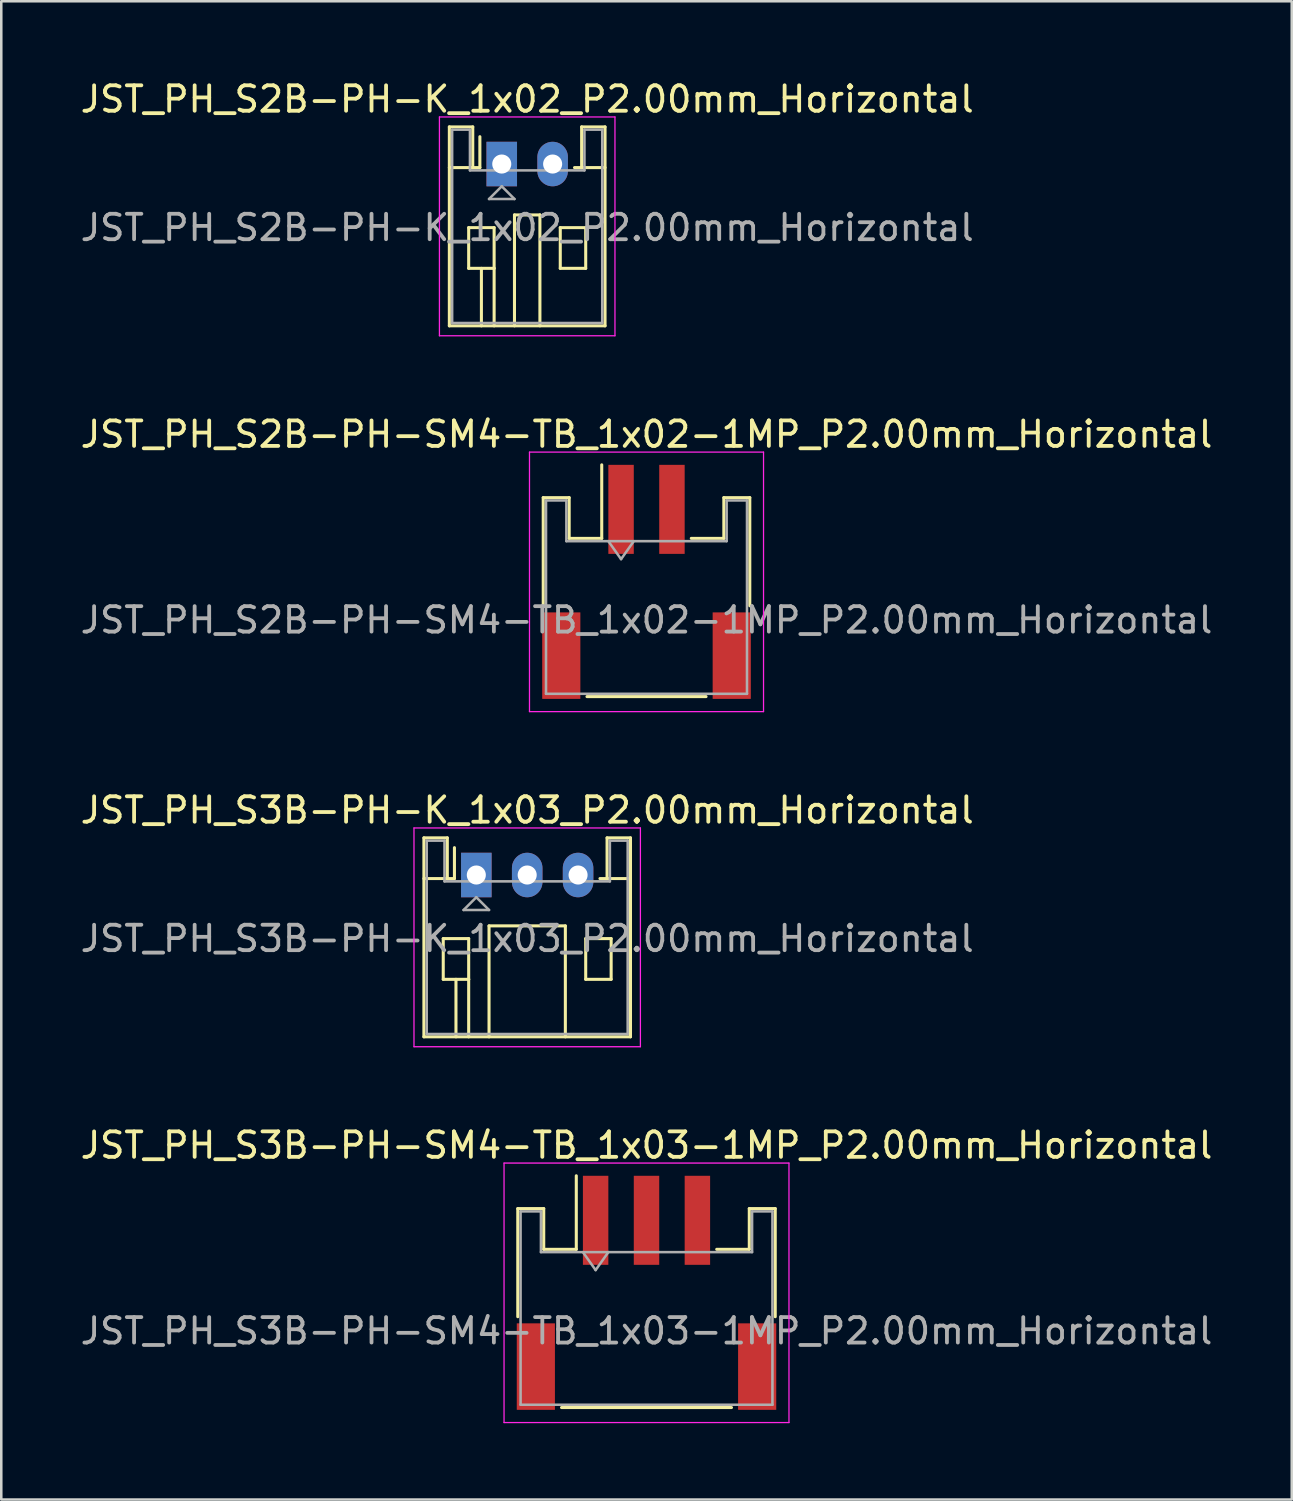
<source format=kicad_pcb>
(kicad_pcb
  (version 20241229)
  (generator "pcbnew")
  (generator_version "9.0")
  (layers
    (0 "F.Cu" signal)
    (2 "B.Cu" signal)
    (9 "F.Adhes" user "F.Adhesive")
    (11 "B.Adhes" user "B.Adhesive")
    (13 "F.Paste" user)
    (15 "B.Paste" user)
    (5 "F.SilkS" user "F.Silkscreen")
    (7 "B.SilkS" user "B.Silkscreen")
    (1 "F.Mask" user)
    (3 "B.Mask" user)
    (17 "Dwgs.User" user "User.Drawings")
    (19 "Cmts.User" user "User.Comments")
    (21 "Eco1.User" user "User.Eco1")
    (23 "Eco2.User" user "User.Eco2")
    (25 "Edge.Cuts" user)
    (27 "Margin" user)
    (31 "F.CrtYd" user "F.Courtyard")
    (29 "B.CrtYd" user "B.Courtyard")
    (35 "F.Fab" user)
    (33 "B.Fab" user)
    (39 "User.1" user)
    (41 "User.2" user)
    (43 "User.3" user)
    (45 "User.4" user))
  (footprint "JST_PH_S2B-PH-SM4-TB_1x02-1MP_P2.00mm_Horizontal"
    (layer "F.Cu")
    (at 22.363 19.822)
    (property "Reference" "JST_PH_S2B-PH-SM4-TB_1x02-1MP_P2.00mm_Horizontal" (at 0 -5.8 0) (layer "F.SilkS") (effects (font (size 1 1) (thickness 0.15))))
    (attr smd)
    (fp_line (start -4.06 -3.31) (end -3.04 -3.31) (stroke (width 0.12) (type solid)) (layer "F.SilkS"))
    (fp_line (start -4.06 0.94) (end -4.06 -3.31) (stroke (width 0.12) (type solid)) (layer "F.SilkS"))
    (fp_line (start -3.04 -3.31) (end -3.04 -1.71) (stroke (width 0.12) (type solid)) (layer "F.SilkS"))
    (fp_line (start -3.04 -1.71) (end -1.76 -1.71) (stroke (width 0.12) (type solid)) (layer "F.SilkS"))
    (fp_line (start -2.34 4.51) (end 2.34 4.51) (stroke (width 0.12) (type solid)) (layer "F.SilkS"))
    (fp_line (start -1.76 -1.71) (end -1.76 -4.6) (stroke (width 0.12) (type solid)) (layer "F.SilkS"))
    (fp_line (start 3.04 -3.31) (end 3.04 -1.71) (stroke (width 0.12) (type solid)) (layer "F.SilkS"))
    (fp_line (start 3.04 -1.71) (end 1.76 -1.71) (stroke (width 0.12) (type solid)) (layer "F.SilkS"))
    (fp_line (start 4.06 -3.31) (end 3.04 -3.31) (stroke (width 0.12) (type solid)) (layer "F.SilkS"))
    (fp_line (start 4.06 0.94) (end 4.06 -3.31) (stroke (width 0.12) (type solid)) (layer "F.SilkS"))
    (fp_line (start -4.6 -5.1) (end -4.6 5.1) (stroke (width 0.05) (type solid)) (layer "F.CrtYd"))
    (fp_line (start -4.6 5.1) (end 4.6 5.1) (stroke (width 0.05) (type solid)) (layer "F.CrtYd"))
    (fp_line (start 4.6 -5.1) (end -4.6 -5.1) (stroke (width 0.05) (type solid)) (layer "F.CrtYd"))
    (fp_line (start 4.6 5.1) (end 4.6 -5.1) (stroke (width 0.05) (type solid)) (layer "F.CrtYd"))
    (fp_line (start -3.95 -3.2) (end -3.95 4.4) (stroke (width 0.1) (type solid)) (layer "F.Fab"))
    (fp_line (start -3.95 -3.2) (end -3.15 -3.2) (stroke (width 0.1) (type solid)) (layer "F.Fab"))
    (fp_line (start -3.95 4.4) (end 3.95 4.4) (stroke (width 0.1) (type solid)) (layer "F.Fab"))
    (fp_line (start -3.15 -3.2) (end -3.15 -1.6) (stroke (width 0.1) (type solid)) (layer "F.Fab"))
    (fp_line (start -3.15 -1.6) (end 3.15 -1.6) (stroke (width 0.1) (type solid)) (layer "F.Fab"))
    (fp_line (start -1.5 -1.6) (end -1 -0.893) (stroke (width 0.1) (type solid)) (layer "F.Fab"))
    (fp_line (start -1 -0.893) (end -0.5 -1.6) (stroke (width 0.1) (type solid)) (layer "F.Fab"))
    (fp_line (start 3.15 -3.2) (end 3.95 -3.2) (stroke (width 0.1) (type solid)) (layer "F.Fab"))
    (fp_line (start 3.15 -1.6) (end 3.15 -3.2) (stroke (width 0.1) (type solid)) (layer "F.Fab"))
    (fp_line (start 3.95 -3.2) (end 3.95 4.4) (stroke (width 0.1) (type solid)) (layer "F.Fab"))
    (fp_text user "${REFERENCE}" (at 0 1.5 0) (layer "F.Fab") (effects (font (size 1 1) (thickness 0.15))))
    (pad "1" smd rect (at -1 -2.85) (size 1 3.5) (layers "F.Cu" "F.Mask" "F.Paste"))
    (pad "2" smd rect (at 1 -2.85) (size 1 3.5) (layers "F.Cu" "F.Mask" "F.Paste"))
    (pad "MP" smd rect (at -3.35 2.9) (size 1.5 3.4) (layers "F.Cu" "F.Mask" "F.Paste"))
    (pad "MP" smd rect (at 3.35 2.9) (size 1.5 3.4) (layers "F.Cu" "F.Mask" "F.Paste")))
  (footprint "JST_PH_S3B-PH-K_1x03_P2.00mm_Horizontal"
    (layer "F.Cu")
    (at 15.673 31.345)
    (property "Reference" "JST_PH_S3B-PH-K_1x03_P2.00mm_Horizontal" (at 2 -2.55 0) (layer "F.SilkS") (effects (font (size 1 1) (thickness 0.15))))
    (attr through_hole)
    (fp_line (start -2.06 -1.46) (end -2.06 6.36) (stroke (width 0.12) (type solid)) (layer "F.SilkS"))
    (fp_line (start -2.06 0.14) (end -1.14 0.14) (stroke (width 0.12) (type solid)) (layer "F.SilkS"))
    (fp_line (start -2.06 6.36) (end 6.06 6.36) (stroke (width 0.12) (type solid)) (layer "F.SilkS"))
    (fp_line (start -1.3 2.5) (end -1.3 4.1) (stroke (width 0.12) (type solid)) (layer "F.SilkS"))
    (fp_line (start -1.3 4.1) (end -0.3 4.1) (stroke (width 0.12) (type solid)) (layer "F.SilkS"))
    (fp_line (start -1.14 -1.46) (end -2.06 -1.46) (stroke (width 0.12) (type solid)) (layer "F.SilkS"))
    (fp_line (start -1.14 0.14) (end -1.14 -1.46) (stroke (width 0.12) (type solid)) (layer "F.SilkS"))
    (fp_line (start -0.86 0.14) (end -1.14 0.14) (stroke (width 0.12) (type solid)) (layer "F.SilkS"))
    (fp_line (start -0.86 0.14) (end -0.86 -1.075) (stroke (width 0.12) (type solid)) (layer "F.SilkS"))
    (fp_line (start -0.8 4.1) (end -0.8 6.36) (stroke (width 0.12) (type solid)) (layer "F.SilkS"))
    (fp_line (start -0.3 2.5) (end -1.3 2.5) (stroke (width 0.12) (type solid)) (layer "F.SilkS"))
    (fp_line (start -0.3 4.1) (end -0.3 2.5) (stroke (width 0.12) (type solid)) (layer "F.SilkS"))
    (fp_line (start -0.3 4.1) (end -0.3 6.36) (stroke (width 0.12) (type solid)) (layer "F.SilkS"))
    (fp_line (start 0.5 2) (end 3.5 2) (stroke (width 0.12) (type solid)) (layer "F.SilkS"))
    (fp_line (start 0.5 6.36) (end 0.5 2) (stroke (width 0.12) (type solid)) (layer "F.SilkS"))
    (fp_line (start 3.5 2) (end 3.5 6.36) (stroke (width 0.12) (type solid)) (layer "F.SilkS"))
    (fp_line (start 4.3 2.5) (end 5.3 2.5) (stroke (width 0.12) (type solid)) (layer "F.SilkS"))
    (fp_line (start 4.3 4.1) (end 4.3 2.5) (stroke (width 0.12) (type solid)) (layer "F.SilkS"))
    (fp_line (start 5.14 -1.46) (end 5.14 0.14) (stroke (width 0.12) (type solid)) (layer "F.SilkS"))
    (fp_line (start 5.14 0.14) (end 4.86 0.14) (stroke (width 0.12) (type solid)) (layer "F.SilkS"))
    (fp_line (start 5.3 2.5) (end 5.3 4.1) (stroke (width 0.12) (type solid)) (layer "F.SilkS"))
    (fp_line (start 5.3 4.1) (end 4.3 4.1) (stroke (width 0.12) (type solid)) (layer "F.SilkS"))
    (fp_line (start 6.06 -1.46) (end 5.14 -1.46) (stroke (width 0.12) (type solid)) (layer "F.SilkS"))
    (fp_line (start 6.06 0.14) (end 5.14 0.14) (stroke (width 0.12) (type solid)) (layer "F.SilkS"))
    (fp_line (start 6.06 6.36) (end 6.06 -1.46) (stroke (width 0.12) (type solid)) (layer "F.SilkS"))
    (fp_line (start -2.45 -1.85) (end -2.45 6.75) (stroke (width 0.05) (type solid)) (layer "F.CrtYd"))
    (fp_line (start -2.45 6.75) (end 6.45 6.75) (stroke (width 0.05) (type solid)) (layer "F.CrtYd"))
    (fp_line (start 6.45 -1.85) (end -2.45 -1.85) (stroke (width 0.05) (type solid)) (layer "F.CrtYd"))
    (fp_line (start 6.45 6.75) (end 6.45 -1.85) (stroke (width 0.05) (type solid)) (layer "F.CrtYd"))
    (fp_line (start -1.95 -1.35) (end -1.95 6.25) (stroke (width 0.1) (type solid)) (layer "F.Fab"))
    (fp_line (start -1.95 6.25) (end 5.95 6.25) (stroke (width 0.1) (type solid)) (layer "F.Fab"))
    (fp_line (start -1.25 -1.35) (end -1.95 -1.35) (stroke (width 0.1) (type solid)) (layer "F.Fab"))
    (fp_line (start -1.25 0.25) (end -1.25 -1.35) (stroke (width 0.1) (type solid)) (layer "F.Fab"))
    (fp_line (start -0.5 1.375) (end 0.5 1.375) (stroke (width 0.1) (type solid)) (layer "F.Fab"))
    (fp_line (start 0 0.875) (end -0.5 1.375) (stroke (width 0.1) (type solid)) (layer "F.Fab"))
    (fp_line (start 0.5 1.375) (end 0 0.875) (stroke (width 0.1) (type solid)) (layer "F.Fab"))
    (fp_line (start 5.25 -1.35) (end 5.25 0.25) (stroke (width 0.1) (type solid)) (layer "F.Fab"))
    (fp_line (start 5.25 0.25) (end -1.25 0.25) (stroke (width 0.1) (type solid)) (layer "F.Fab"))
    (fp_line (start 5.95 -1.35) (end 5.25 -1.35) (stroke (width 0.1) (type solid)) (layer "F.Fab"))
    (fp_line (start 5.95 6.25) (end 5.95 -1.35) (stroke (width 0.1) (type solid)) (layer "F.Fab"))
    (fp_text user "${REFERENCE}" (at 2 2.5 0) (layer "F.Fab") (effects (font (size 1 1) (thickness 0.15))))
    (pad "1" thru_hole rect (at 0 0) (size 1.2 1.75) (drill 0.75) (layers "*.Cu" "*.Mask"))
    (pad "2" thru_hole oval (at 2 0) (size 1.2 1.75) (drill 0.75) (layers "*.Cu" "*.Mask"))
    (pad "3" thru_hole oval (at 4 0) (size 1.2 1.75) (drill 0.75) (layers "*.Cu" "*.Mask")))
  (footprint "JST_PH_S2B-PH-K_1x02_P2.00mm_Horizontal"
    (layer "F.Cu")
    (at 16.673 3.398)
    (property "Reference" "JST_PH_S2B-PH-K_1x02_P2.00mm_Horizontal" (at 1 -2.55 0) (layer "F.SilkS") (effects (font (size 1 1) (thickness 0.15))))
    (attr through_hole)
    (fp_line (start -2.06 -1.46) (end -2.06 6.36) (stroke (width 0.12) (type solid)) (layer "F.SilkS"))
    (fp_line (start -2.06 0.14) (end -1.14 0.14) (stroke (width 0.12) (type solid)) (layer "F.SilkS"))
    (fp_line (start -2.06 6.36) (end 4.06 6.36) (stroke (width 0.12) (type solid)) (layer "F.SilkS"))
    (fp_line (start -1.3 2.5) (end -1.3 4.1) (stroke (width 0.12) (type solid)) (layer "F.SilkS"))
    (fp_line (start -1.3 4.1) (end -0.3 4.1) (stroke (width 0.12) (type solid)) (layer "F.SilkS"))
    (fp_line (start -1.14 -1.46) (end -2.06 -1.46) (stroke (width 0.12) (type solid)) (layer "F.SilkS"))
    (fp_line (start -1.14 0.14) (end -1.14 -1.46) (stroke (width 0.12) (type solid)) (layer "F.SilkS"))
    (fp_line (start -0.86 0.14) (end -1.14 0.14) (stroke (width 0.12) (type solid)) (layer "F.SilkS"))
    (fp_line (start -0.86 0.14) (end -0.86 -1.075) (stroke (width 0.12) (type solid)) (layer "F.SilkS"))
    (fp_line (start -0.8 4.1) (end -0.8 6.36) (stroke (width 0.12) (type solid)) (layer "F.SilkS"))
    (fp_line (start -0.3 2.5) (end -1.3 2.5) (stroke (width 0.12) (type solid)) (layer "F.SilkS"))
    (fp_line (start -0.3 4.1) (end -0.3 2.5) (stroke (width 0.12) (type solid)) (layer "F.SilkS"))
    (fp_line (start -0.3 4.1) (end -0.3 6.36) (stroke (width 0.12) (type solid)) (layer "F.SilkS"))
    (fp_line (start 0.5 2) (end 1.5 2) (stroke (width 0.12) (type solid)) (layer "F.SilkS"))
    (fp_line (start 0.5 6.36) (end 0.5 2) (stroke (width 0.12) (type solid)) (layer "F.SilkS"))
    (fp_line (start 1.5 2) (end 1.5 6.36) (stroke (width 0.12) (type solid)) (layer "F.SilkS"))
    (fp_line (start 2.3 2.5) (end 3.3 2.5) (stroke (width 0.12) (type solid)) (layer "F.SilkS"))
    (fp_line (start 2.3 4.1) (end 2.3 2.5) (stroke (width 0.12) (type solid)) (layer "F.SilkS"))
    (fp_line (start 3.14 -1.46) (end 3.14 0.14) (stroke (width 0.12) (type solid)) (layer "F.SilkS"))
    (fp_line (start 3.14 0.14) (end 2.86 0.14) (stroke (width 0.12) (type solid)) (layer "F.SilkS"))
    (fp_line (start 3.3 2.5) (end 3.3 4.1) (stroke (width 0.12) (type solid)) (layer "F.SilkS"))
    (fp_line (start 3.3 4.1) (end 2.3 4.1) (stroke (width 0.12) (type solid)) (layer "F.SilkS"))
    (fp_line (start 4.06 -1.46) (end 3.14 -1.46) (stroke (width 0.12) (type solid)) (layer "F.SilkS"))
    (fp_line (start 4.06 0.14) (end 3.14 0.14) (stroke (width 0.12) (type solid)) (layer "F.SilkS"))
    (fp_line (start 4.06 6.36) (end 4.06 -1.46) (stroke (width 0.12) (type solid)) (layer "F.SilkS"))
    (fp_line (start -2.45 -1.85) (end -2.45 6.75) (stroke (width 0.05) (type solid)) (layer "F.CrtYd"))
    (fp_line (start -2.45 6.75) (end 4.45 6.75) (stroke (width 0.05) (type solid)) (layer "F.CrtYd"))
    (fp_line (start 4.45 -1.85) (end -2.45 -1.85) (stroke (width 0.05) (type solid)) (layer "F.CrtYd"))
    (fp_line (start 4.45 6.75) (end 4.45 -1.85) (stroke (width 0.05) (type solid)) (layer "F.CrtYd"))
    (fp_line (start -1.95 -1.35) (end -1.95 6.25) (stroke (width 0.1) (type solid)) (layer "F.Fab"))
    (fp_line (start -1.95 6.25) (end 3.95 6.25) (stroke (width 0.1) (type solid)) (layer "F.Fab"))
    (fp_line (start -1.25 -1.35) (end -1.95 -1.35) (stroke (width 0.1) (type solid)) (layer "F.Fab"))
    (fp_line (start -1.25 0.25) (end -1.25 -1.35) (stroke (width 0.1) (type solid)) (layer "F.Fab"))
    (fp_line (start -0.5 1.375) (end 0.5 1.375) (stroke (width 0.1) (type solid)) (layer "F.Fab"))
    (fp_line (start 0 0.875) (end -0.5 1.375) (stroke (width 0.1) (type solid)) (layer "F.Fab"))
    (fp_line (start 0.5 1.375) (end 0 0.875) (stroke (width 0.1) (type solid)) (layer "F.Fab"))
    (fp_line (start 3.25 -1.35) (end 3.25 0.25) (stroke (width 0.1) (type solid)) (layer "F.Fab"))
    (fp_line (start 3.25 0.25) (end -1.25 0.25) (stroke (width 0.1) (type solid)) (layer "F.Fab"))
    (fp_line (start 3.95 -1.35) (end 3.25 -1.35) (stroke (width 0.1) (type solid)) (layer "F.Fab"))
    (fp_line (start 3.95 6.25) (end 3.95 -1.35) (stroke (width 0.1) (type solid)) (layer "F.Fab"))
    (fp_text user "${REFERENCE}" (at 1 2.5 0) (layer "F.Fab") (effects (font (size 1 1) (thickness 0.15))))
    (pad "1" thru_hole rect (at 0 0) (size 1.2 1.75) (drill 0.75) (layers "*.Cu" "*.Mask"))
    (pad "2" thru_hole oval (at 2 0) (size 1.2 1.75) (drill 0.75) (layers "*.Cu" "*.Mask")))
  (footprint "JST_PH_S3B-PH-SM4-TB_1x03-1MP_P2.00mm_Horizontal"
    (layer "F.Cu")
    (at 22.363 47.768)
    (property "Reference" "JST_PH_S3B-PH-SM4-TB_1x03-1MP_P2.00mm_Horizontal" (at 0 -5.8 0) (layer "F.SilkS") (effects (font (size 1 1) (thickness 0.15))))
    (attr smd)
    (fp_line (start -5.06 -3.31) (end -4.04 -3.31) (stroke (width 0.12) (type solid)) (layer "F.SilkS"))
    (fp_line (start -5.06 0.94) (end -5.06 -3.31) (stroke (width 0.12) (type solid)) (layer "F.SilkS"))
    (fp_line (start -4.04 -3.31) (end -4.04 -1.71) (stroke (width 0.12) (type solid)) (layer "F.SilkS"))
    (fp_line (start -4.04 -1.71) (end -2.76 -1.71) (stroke (width 0.12) (type solid)) (layer "F.SilkS"))
    (fp_line (start -3.34 4.51) (end 3.34 4.51) (stroke (width 0.12) (type solid)) (layer "F.SilkS"))
    (fp_line (start -2.76 -1.71) (end -2.76 -4.6) (stroke (width 0.12) (type solid)) (layer "F.SilkS"))
    (fp_line (start 4.04 -3.31) (end 4.04 -1.71) (stroke (width 0.12) (type solid)) (layer "F.SilkS"))
    (fp_line (start 4.04 -1.71) (end 2.76 -1.71) (stroke (width 0.12) (type solid)) (layer "F.SilkS"))
    (fp_line (start 5.06 -3.31) (end 4.04 -3.31) (stroke (width 0.12) (type solid)) (layer "F.SilkS"))
    (fp_line (start 5.06 0.94) (end 5.06 -3.31) (stroke (width 0.12) (type solid)) (layer "F.SilkS"))
    (fp_line (start -5.6 -5.1) (end -5.6 5.1) (stroke (width 0.05) (type solid)) (layer "F.CrtYd"))
    (fp_line (start -5.6 5.1) (end 5.6 5.1) (stroke (width 0.05) (type solid)) (layer "F.CrtYd"))
    (fp_line (start 5.6 -5.1) (end -5.6 -5.1) (stroke (width 0.05) (type solid)) (layer "F.CrtYd"))
    (fp_line (start 5.6 5.1) (end 5.6 -5.1) (stroke (width 0.05) (type solid)) (layer "F.CrtYd"))
    (fp_line (start -4.95 -3.2) (end -4.95 4.4) (stroke (width 0.1) (type solid)) (layer "F.Fab"))
    (fp_line (start -4.95 -3.2) (end -4.15 -3.2) (stroke (width 0.1) (type solid)) (layer "F.Fab"))
    (fp_line (start -4.95 4.4) (end 4.95 4.4) (stroke (width 0.1) (type solid)) (layer "F.Fab"))
    (fp_line (start -4.15 -3.2) (end -4.15 -1.6) (stroke (width 0.1) (type solid)) (layer "F.Fab"))
    (fp_line (start -4.15 -1.6) (end 4.15 -1.6) (stroke (width 0.1) (type solid)) (layer "F.Fab"))
    (fp_line (start -2.5 -1.6) (end -2 -0.893) (stroke (width 0.1) (type solid)) (layer "F.Fab"))
    (fp_line (start -2 -0.893) (end -1.5 -1.6) (stroke (width 0.1) (type solid)) (layer "F.Fab"))
    (fp_line (start 4.15 -3.2) (end 4.95 -3.2) (stroke (width 0.1) (type solid)) (layer "F.Fab"))
    (fp_line (start 4.15 -1.6) (end 4.15 -3.2) (stroke (width 0.1) (type solid)) (layer "F.Fab"))
    (fp_line (start 4.95 -3.2) (end 4.95 4.4) (stroke (width 0.1) (type solid)) (layer "F.Fab"))
    (fp_text user "${REFERENCE}" (at 0 1.5 0) (layer "F.Fab") (effects (font (size 1 1) (thickness 0.15))))
    (pad "1" smd rect (at -2 -2.85) (size 1 3.5) (layers "F.Cu" "F.Mask" "F.Paste"))
    (pad "2" smd rect (at 0 -2.85) (size 1 3.5) (layers "F.Cu" "F.Mask" "F.Paste"))
    (pad "3" smd rect (at 2 -2.85) (size 1 3.5) (layers "F.Cu" "F.Mask" "F.Paste"))
    (pad "MP" smd rect (at -4.35 2.9) (size 1.5 3.4) (layers "F.Cu" "F.Mask" "F.Paste"))
    (pad "MP" smd rect (at 4.35 2.9) (size 1.5 3.4) (layers "F.Cu" "F.Mask" "F.Paste")))
  (gr_rect
    (start -3 -3)
    (end 47.726 55.893)
    (stroke (width 0.1) (type default))
    (fill no)
    (layer "Edge.Cuts")))
</source>
